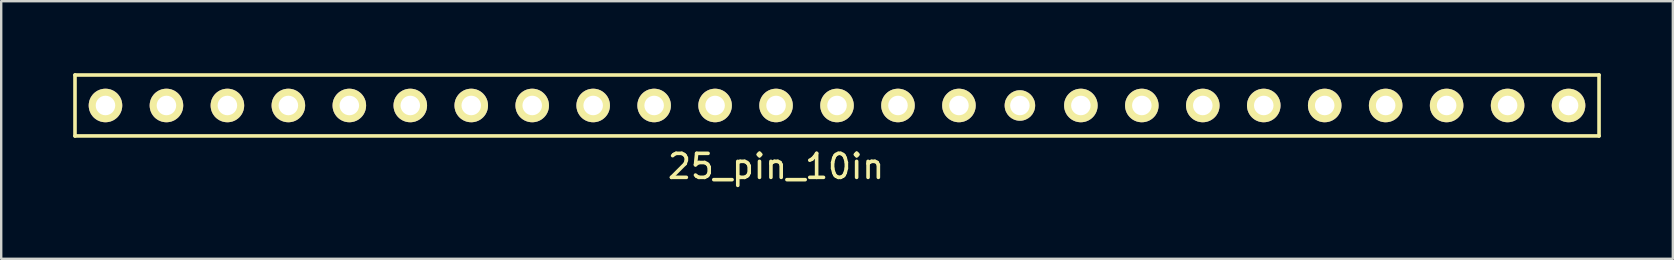
<source format=kicad_pcb>
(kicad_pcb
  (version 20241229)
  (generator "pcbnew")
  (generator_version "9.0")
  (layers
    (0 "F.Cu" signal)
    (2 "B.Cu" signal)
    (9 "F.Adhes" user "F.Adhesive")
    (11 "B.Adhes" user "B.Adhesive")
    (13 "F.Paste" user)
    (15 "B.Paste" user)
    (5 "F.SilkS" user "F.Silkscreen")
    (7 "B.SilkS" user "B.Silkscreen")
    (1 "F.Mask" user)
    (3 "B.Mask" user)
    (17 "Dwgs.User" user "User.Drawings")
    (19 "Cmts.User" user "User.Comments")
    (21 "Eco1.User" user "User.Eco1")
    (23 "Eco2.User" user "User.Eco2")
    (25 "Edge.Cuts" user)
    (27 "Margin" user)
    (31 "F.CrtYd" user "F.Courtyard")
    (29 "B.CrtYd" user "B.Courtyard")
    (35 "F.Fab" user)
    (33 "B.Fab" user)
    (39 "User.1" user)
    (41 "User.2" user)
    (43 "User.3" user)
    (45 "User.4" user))
  (footprint "25_pin_10in"
    (layer "F.Cu")
    (at 29.285 1.345)
    (property "Reference" "25_pin_10in" (at 0 2.54 0) (layer "F.SilkS") (effects (font (size 1 1) (thickness 0.15))))
    (attr through_hole)
    (fp_line (start -29.21 1.27) (end -29.21 -1.27) (stroke (width 0.15) (type solid)) (layer "F.SilkS"))
    (fp_line (start -29.21 1.27) (end 34.29 1.27) (stroke (width 0.15) (type solid)) (layer "F.SilkS"))
    (fp_line (start 34.29 -1.27) (end -29.21 -1.27) (stroke (width 0.15) (type solid)) (layer "F.SilkS"))
    (fp_line (start 34.29 1.27) (end 34.29 -1.27) (stroke (width 0.15) (type solid)) (layer "F.SilkS"))
    (pad "1" thru_hole circle (at -27.94 0) (size 1.397 1.397) (drill 0.813) (layers "*.Cu" "*.Mask" "F.SilkS"))
    (pad "2" thru_hole circle (at -25.4 0) (size 1.397 1.397) (drill 0.813) (layers "*.Cu" "*.Mask" "F.SilkS"))
    (pad "3" thru_hole circle (at -22.86 0) (size 1.397 1.397) (drill 0.813) (layers "*.Cu" "*.Mask" "F.SilkS"))
    (pad "4" thru_hole circle (at -20.32 0) (size 1.397 1.397) (drill 0.813) (layers "*.Cu" "*.Mask" "F.SilkS"))
    (pad "5" thru_hole circle (at -17.78 0) (size 1.397 1.397) (drill 0.813) (layers "*.Cu" "*.Mask" "F.SilkS"))
    (pad "6" thru_hole circle (at -15.24 0) (size 1.397 1.397) (drill 0.813) (layers "*.Cu" "*.Mask" "F.SilkS"))
    (pad "7" thru_hole circle (at -12.7 0) (size 1.397 1.397) (drill 0.813) (layers "*.Cu" "*.Mask" "F.SilkS"))
    (pad "8" thru_hole circle (at -10.16 0) (size 1.397 1.397) (drill 0.813) (layers "*.Cu" "*.Mask" "F.SilkS"))
    (pad "9" thru_hole circle (at -7.62 0) (size 1.397 1.397) (drill 0.813) (layers "*.Cu" "*.Mask" "F.SilkS"))
    (pad "10" thru_hole circle (at -5.08 0) (size 1.397 1.397) (drill 0.813) (layers "*.Cu" "*.Mask" "F.SilkS"))
    (pad "11" thru_hole circle (at -2.54 0) (size 1.397 1.397) (drill 0.813) (layers "*.Cu" "*.Mask" "F.SilkS"))
    (pad "12" thru_hole circle (at 0 0) (size 1.397 1.397) (drill 0.813) (layers "*.Cu" "*.Mask" "F.SilkS"))
    (pad "13" thru_hole circle (at 2.54 0) (size 1.397 1.397) (drill 0.813) (layers "*.Cu" "*.Mask" "F.SilkS"))
    (pad "14" thru_hole circle (at 5.08 0) (size 1.397 1.397) (drill 0.813) (layers "*.Cu" "*.Mask" "F.SilkS"))
    (pad "15" thru_hole circle (at 7.62 0) (size 1.397 1.397) (drill 0.813) (layers "*.Cu" "*.Mask" "F.SilkS"))
    (pad "16" thru_hole circle (at 10.16 0) (size 1.27 1.27) (drill 0.813) (layers "*.Cu" "*.Mask" "F.SilkS"))
    (pad "17" thru_hole circle (at 12.7 0) (size 1.397 1.397) (drill 0.813) (layers "*.Cu" "*.Mask" "F.SilkS"))
    (pad "18" thru_hole circle (at 15.24 0) (size 1.397 1.397) (drill 0.813) (layers "*.Cu" "*.Mask" "F.SilkS"))
    (pad "19" thru_hole circle (at 17.78 0) (size 1.397 1.397) (drill 0.813) (layers "*.Cu" "*.Mask" "F.SilkS"))
    (pad "20" thru_hole circle (at 20.32 0) (size 1.397 1.397) (drill 0.813) (layers "*.Cu" "*.Mask" "F.SilkS"))
    (pad "21" thru_hole circle (at 22.86 0) (size 1.397 1.397) (drill 0.813) (layers "*.Cu" "*.Mask" "F.SilkS"))
    (pad "22" thru_hole circle (at 25.4 0) (size 1.397 1.397) (drill 0.813) (layers "*.Cu" "*.Mask" "F.SilkS"))
    (pad "23" thru_hole circle (at 27.94 0) (size 1.397 1.397) (drill 0.813) (layers "*.Cu" "*.Mask" "F.SilkS"))
    (pad "24" thru_hole circle (at 30.48 0) (size 1.397 1.397) (drill 0.813) (layers "*.Cu" "*.Mask" "F.SilkS"))
    (pad "25" thru_hole circle (at 33.02 0) (size 1.397 1.397) (drill 0.813) (layers "*.Cu" "*.Mask" "F.SilkS")))
  (gr_rect
    (start -3 -3)
    (end 66.65 7.733)
    (stroke (width 0.1) (type default))
    (fill no)
    (layer "Edge.Cuts")))
</source>
